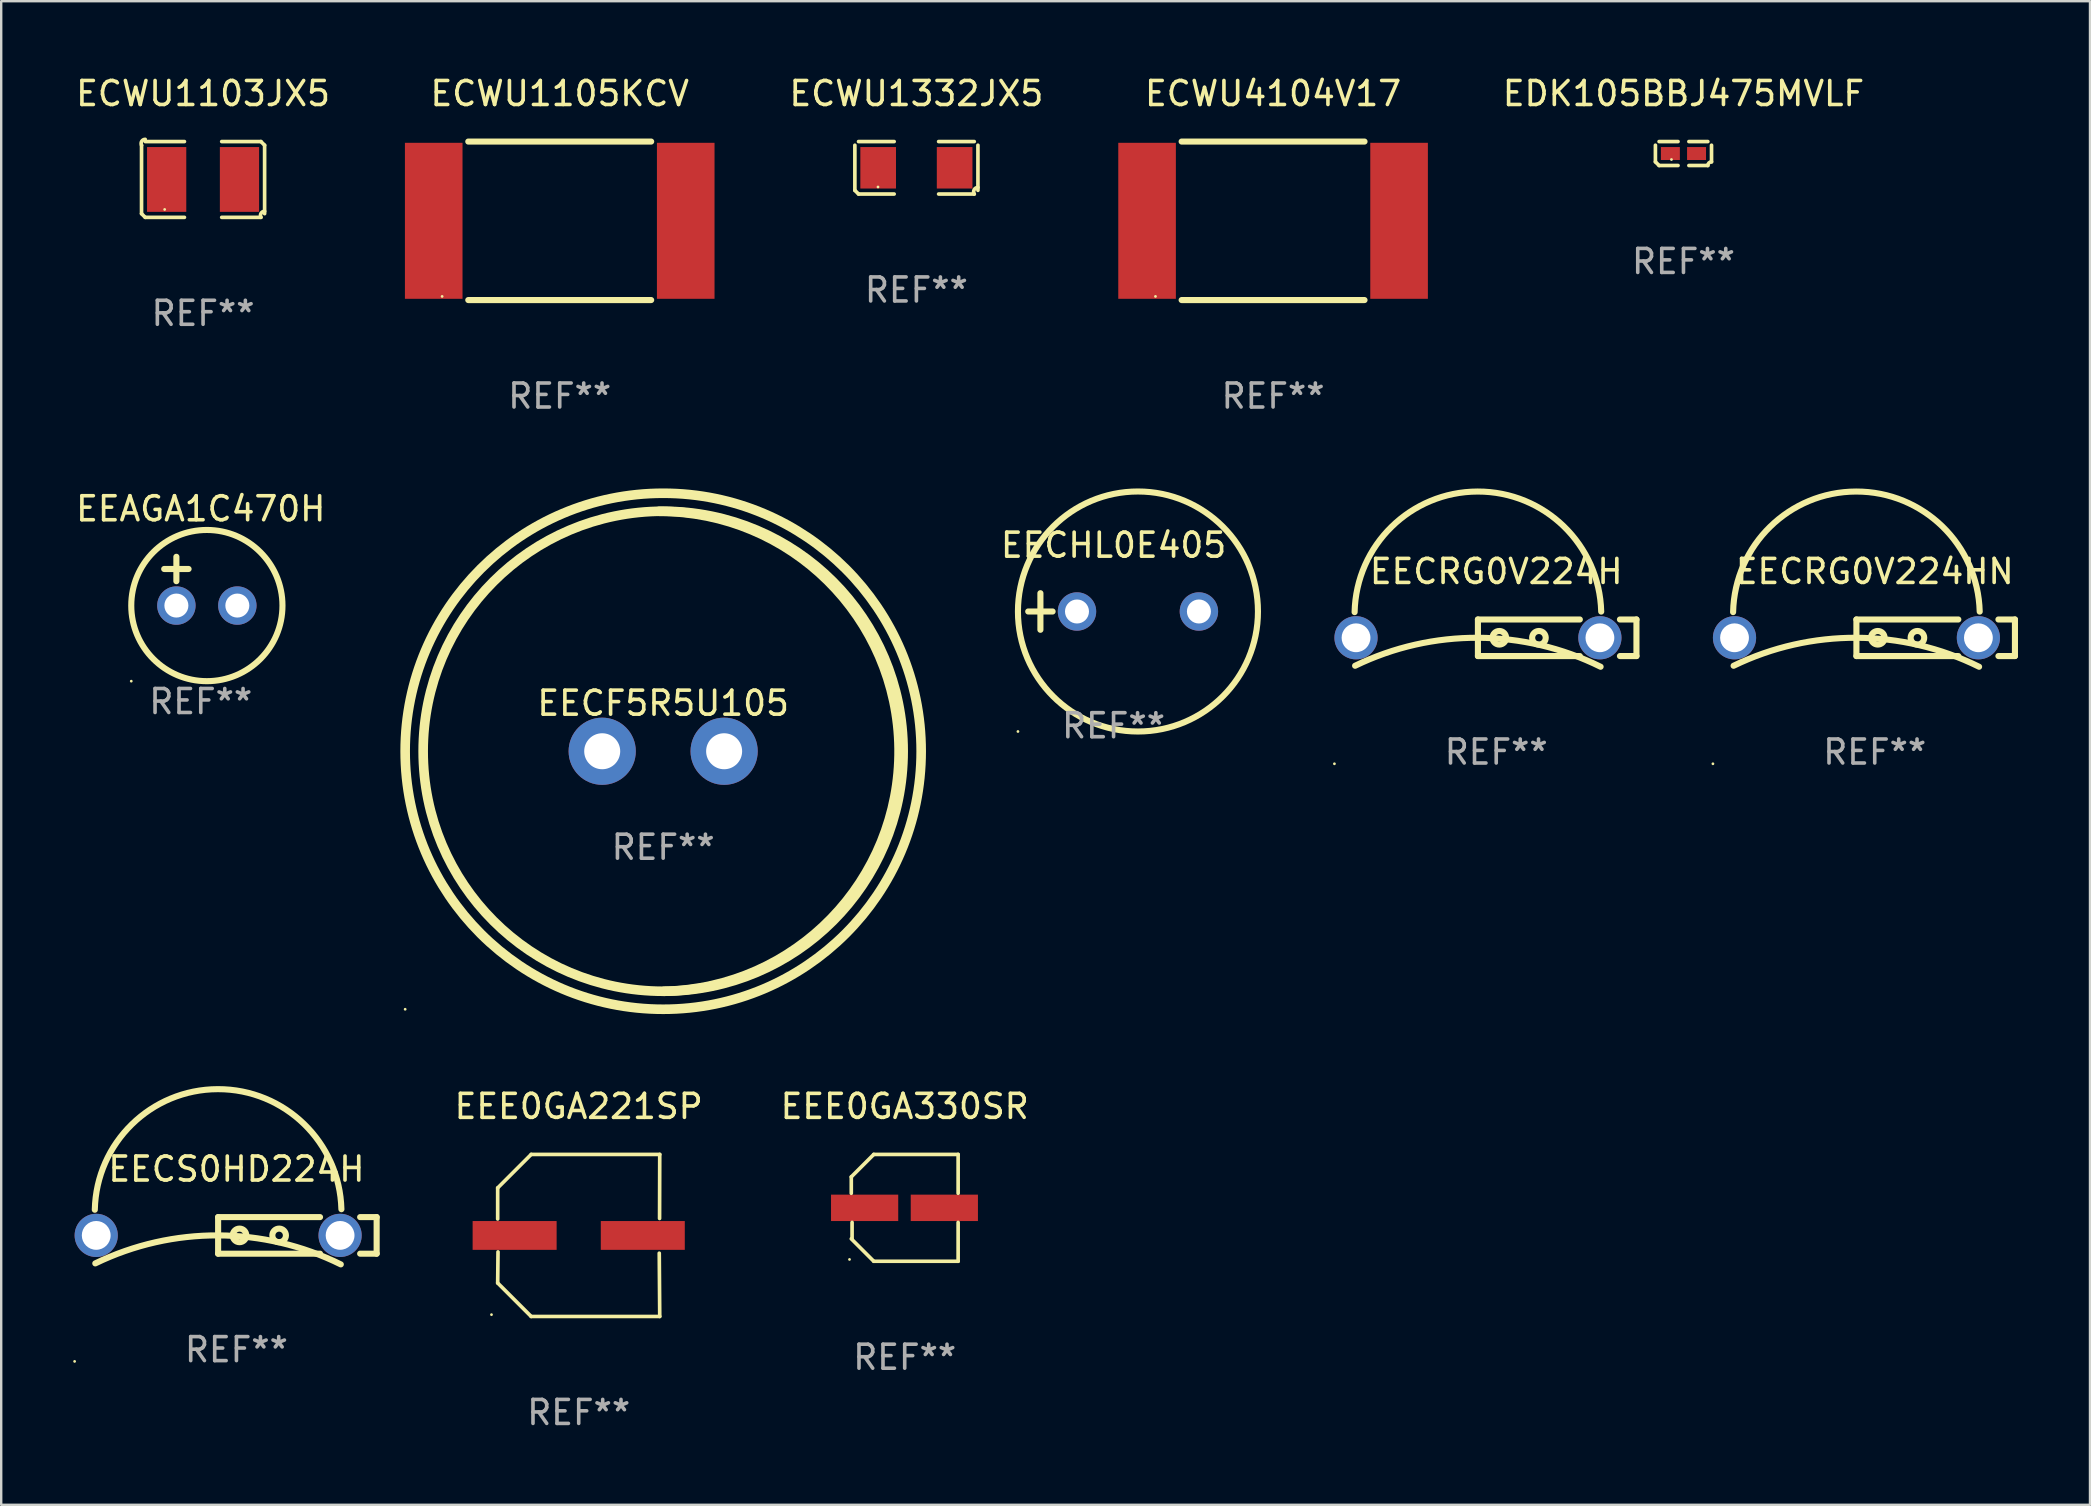
<source format=kicad_pcb>
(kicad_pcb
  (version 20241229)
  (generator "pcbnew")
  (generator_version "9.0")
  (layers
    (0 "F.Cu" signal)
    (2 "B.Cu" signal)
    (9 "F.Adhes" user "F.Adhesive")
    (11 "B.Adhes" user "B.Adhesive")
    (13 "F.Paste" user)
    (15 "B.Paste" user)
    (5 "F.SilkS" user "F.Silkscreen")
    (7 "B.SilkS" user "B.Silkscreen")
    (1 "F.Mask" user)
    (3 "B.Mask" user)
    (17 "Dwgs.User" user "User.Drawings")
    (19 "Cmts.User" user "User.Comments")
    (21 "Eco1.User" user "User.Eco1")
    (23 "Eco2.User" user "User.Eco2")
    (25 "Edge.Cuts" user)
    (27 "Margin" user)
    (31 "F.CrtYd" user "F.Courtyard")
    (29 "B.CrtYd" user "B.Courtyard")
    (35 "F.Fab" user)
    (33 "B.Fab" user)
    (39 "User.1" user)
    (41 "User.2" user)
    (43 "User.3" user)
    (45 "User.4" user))
  (footprint "EEE0GA221SP"
    (layer "F.Cu")
    (at 21.062 48.425)
    (property "Reference" "EEE0GA221SP" (at 0 -5.376 0) (layer "F.SilkS") (effects (font (size 1 1) (thickness 0.15))))
    (attr through_hole)
    (fp_line (start -3.376 -1.98) (end -3.376 -0.686) (stroke (width 0.152) (type solid)) (layer "F.SilkS"))
    (fp_line (start -3.376 1.981) (end -3.362 0.686) (stroke (width 0.152) (type solid)) (layer "F.SilkS"))
    (fp_line (start -1.981 3.376) (end -3.376 1.981) (stroke (width 0.152) (type solid)) (layer "F.SilkS"))
    (fp_line (start -1.98 -3.376) (end -3.376 -1.98) (stroke (width 0.152) (type solid)) (layer "F.SilkS"))
    (fp_line (start 3.356 0.74) (end 3.376 3.376) (stroke (width 0.152) (type solid)) (layer "F.SilkS"))
    (fp_line (start 3.369 -0.707) (end 3.376 -3.376) (stroke (width 0.152) (type solid)) (layer "F.SilkS"))
    (fp_line (start 3.376 3.376) (end -1.981 3.376) (stroke (width 0.152) (type solid)) (layer "F.SilkS"))
    (fp_line (start 3.376 -3.376) (end -1.98 -3.376) (stroke (width 0.152) (type solid)) (layer "F.SilkS"))
    (fp_circle (center -3.634 3.3) (end -3.604 3.3) (stroke (width 0.06) (type solid)) (fill no) (layer "F.SilkS"))
    (fp_text user "REF**" (at 0 7.376 0) (layer "F.Fab") (effects (font (size 1 1) (thickness 0.15))))
    (pad "1" smd rect (at -2.67 0.000254) (size 3.5 1.2) (layers "F.Cu" "F.Mask" "F.Paste"))
    (pad "2" smd rect (at 2.67 0.000254) (size 3.5 1.2) (layers "F.Cu" "F.Mask" "F.Paste")))
  (footprint "EDK105BBJ475MVLF"
    (layer "F.Cu")
    (at 67.092 3.347)
    (property "Reference" "EDK105BBJ475MVLF" (at 0 -2.499 0) (layer "F.SilkS") (effects (font (size 1 1) (thickness 0.15))))
    (attr through_hole)
    (fp_line (start -1.169 0.346) (end -1.169 -0.346) (stroke (width 0.152) (type solid)) (layer "F.SilkS"))
    (fp_line (start -1.016 -0.499) (end -0.226 -0.499) (stroke (width 0.152) (type solid)) (layer "F.SilkS"))
    (fp_line (start -0.226 0.499) (end -1.016 0.499) (stroke (width 0.152) (type solid)) (layer "F.SilkS"))
    (fp_line (start 0.226 0.499) (end 1.016 0.499) (stroke (width 0.152) (type solid)) (layer "F.SilkS"))
    (fp_line (start 1.016 -0.499) (end 0.226 -0.499) (stroke (width 0.152) (type solid)) (layer "F.SilkS"))
    (fp_line (start 1.169 0.346) (end 1.169 -0.346) (stroke (width 0.152) (type solid)) (layer "F.SilkS"))
    (fp_arc (start -1.016307 0.498603) (mid -1.092512 0.422405) (end -1.16871 0.3462) (stroke (width 0.1524) (type solid)) (layer "F.SilkS"))
    (fp_arc (start 1.016307 0.498603) (mid 1.060899 0.390758) (end 1.168707 0.346076) (stroke (width 0.1524) (type solid)) (layer "F.SilkS"))
    (fp_circle (center -0.5 0.25) (end -0.47 0.25) (stroke (width 0.06) (type solid)) (fill no) (layer "F.SilkS"))
    (fp_text user "REF**" (at 0 4.499 0) (layer "F.Fab") (effects (font (size 1 1) (thickness 0.15))))
    (pad "1" smd rect (at -0.545 0) (size 0.79 0.54) (layers "F.Cu" "F.Mask" "F.Paste"))
    (pad "2" smd rect (at 0.545 0) (size 0.79 0.54) (layers "F.Cu" "F.Mask" "F.Paste")))
  (footprint "ECWU1103JX5"
    (layer "F.Cu")
    (at 5.411 4.427)
    (property "Reference" "ECWU1103JX5" (at 0 -3.579 0) (layer "F.SilkS") (effects (font (size 1 1) (thickness 0.15))))
    (attr through_hole)
    (fp_line (start -2.564 1.426) (end -2.564 -1.426) (stroke (width 0.152) (type solid)) (layer "F.SilkS"))
    (fp_line (start -2.411 -1.579) (end -0.776 -1.579) (stroke (width 0.152) (type solid)) (layer "F.SilkS"))
    (fp_line (start -0.776 1.579) (end -2.411 1.579) (stroke (width 0.152) (type solid)) (layer "F.SilkS"))
    (fp_line (start 0.776 1.579) (end 2.411 1.579) (stroke (width 0.152) (type solid)) (layer "F.SilkS"))
    (fp_line (start 2.411 -1.579) (end 0.776 -1.579) (stroke (width 0.152) (type solid)) (layer "F.SilkS"))
    (fp_line (start 2.564 1.426) (end 2.564 -1.426) (stroke (width 0.152) (type solid)) (layer "F.SilkS"))
    (fp_arc (start -2.563602 -1.426213) (mid -2.555597 -1.591233) (end -2.411201 -1.671518) (stroke (width 0.1524) (type solid)) (layer "F.SilkS"))
    (fp_arc (start -2.5636 1.426214) (mid -2.487389 1.502402) (end -2.411201 1.578613) (stroke (width 0.1524) (type solid)) (layer "F.SilkS"))
    (fp_arc (start 2.411197 -1.578618) (mid 2.487403 -1.502419) (end 2.563602 -1.426213) (stroke (width 0.1524) (type solid)) (layer "F.SilkS"))
    (fp_arc (start 2.411201 1.578613) (mid 2.416214 1.409455) (end 2.563602 1.32629) (stroke (width 0.1524) (type solid)) (layer "F.SilkS"))
    (fp_circle (center -1.6 1.25) (end -1.57 1.25) (stroke (width 0.06) (type solid)) (fill no) (layer "F.SilkS"))
    (fp_text user "REF**" (at 0 5.579 0) (layer "F.Fab") (effects (font (size 1 1) (thickness 0.15))))
    (pad "1" smd rect (at -1.517 0) (size 1.635 2.7) (layers "F.Cu" "F.Mask" "F.Paste"))
    (pad "2" smd rect (at 1.517 0) (size 1.635 2.7) (layers "F.Cu" "F.Mask" "F.Paste")))
  (footprint "ECWU4104V17"
    (layer "F.Cu")
    (at 49.993 6.15)
    (property "Reference" "ECWU4104V17" (at 0 -5.302 0) (layer "F.SilkS") (effects (font (size 1 1) (thickness 0.15))))
    (attr through_hole)
    (fp_line (start -3.81 -3.302) (end 3.81 -3.302) (stroke (width 0.254) (type solid)) (layer "F.SilkS"))
    (fp_line (start 3.81 3.302) (end -3.81 3.302) (stroke (width 0.254) (type solid)) (layer "F.SilkS"))
    (fp_circle (center -4.9 3.15) (end -4.87 3.15) (stroke (width 0.06) (type solid)) (fill no) (layer "F.SilkS"))
    (fp_text user "REF**" (at 0 7.302 0) (layer "F.Fab") (effects (font (size 1 1) (thickness 0.15))))
    (pad "1" smd rect (at -5.25 0) (size 2.4 6.5) (layers "F.Cu" "F.Mask" "F.Paste"))
    (pad "2" smd rect (at 5.25 0) (size 2.4 6.5) (layers "F.Cu" "F.Mask" "F.Paste")))
  (footprint "EECRG0V224HN"
    (layer "F.Cu")
    (at 75.061 23.523)
    (property "Reference" "EECRG0V224HN" (at 0 -2.762 0) (layer "F.SilkS") (effects (font (size 1 1) (thickness 0.15))))
    (attr through_hole)
    (fp_line (start -0.763 -0.762) (end -0.763 0.762) (stroke (width 0.254) (type solid)) (layer "F.SilkS"))
    (fp_line (start -0.763 -0.762) (end 3.483 -0.762) (stroke (width 0.254) (type solid)) (layer "F.SilkS"))
    (fp_line (start 3.483 0.762) (end -0.763 0.762) (stroke (width 0.254) (type solid)) (layer "F.SilkS"))
    (fp_line (start 5.154 -0.762) (end 5.842 -0.762) (stroke (width 0.254) (type solid)) (layer "F.SilkS"))
    (fp_line (start 5.842 0.762) (end 5.154 0.762) (stroke (width 0.254) (type solid)) (layer "F.SilkS"))
    (fp_line (start 5.842 0.762) (end 5.842 -0.762) (stroke (width 0.254) (type solid)) (layer "F.SilkS"))
    (fp_arc (start -5.900914 -1.068961) (mid -0.774227 -6.095789) (end 4.373838 -1.090856) (stroke (width 0.254001) (type solid)) (layer "F.SilkS"))
    (fp_arc (start -5.88034 1.166015) (mid -0.761239 -0.000044) (end 4.348285 1.20729) (stroke (width 0.254001) (type solid)) (layer "F.SilkS"))
    (fp_circle (center -6.742 5.25) (end -6.712 5.25) (stroke (width 0.06) (type solid)) (fill no) (layer "F.SilkS"))
    (fp_circle (center 0.128 0) (end 0.411 0) (stroke (width 0.254) (type solid)) (fill no) (layer "F.SilkS"))
    (fp_circle (center 1.779 0) (end 2.062 0) (stroke (width 0.254) (type solid)) (fill no) (layer "F.SilkS"))
    (fp_text user "+" (at -1.638 0.069 0) (layer "B.Mask") (effects (font (size 1 1) (thickness 0.15))))
    (fp_text user "REF**" (at 0 4.762 0) (layer "F.Fab") (effects (font (size 1 1) (thickness 0.15))))
    (pad "1" thru_hole circle (at -5.842 0) (size 1.8 1.8) (drill 1.2) (layers "*.Cu" "*.Mask"))
    (pad "2" thru_hole circle (at 4.319 0) (size 1.8 1.8) (drill 1.2) (layers "*.Cu" "*.Mask")))
  (footprint "EEE0GA330SR"
    (layer "F.Cu")
    (at 34.645 47.275)
    (property "Reference" "EEE0GA330SR" (at 0 -4.226 0) (layer "F.SilkS") (effects (font (size 1 1) (thickness 0.15))))
    (attr through_hole)
    (fp_line (start -2.226 -1.29) (end -2.226 -0.607) (stroke (width 0.152) (type solid)) (layer "F.SilkS"))
    (fp_line (start -2.193 1.29) (end -2.193 0.607) (stroke (width 0.152) (type solid)) (layer "F.SilkS"))
    (fp_line (start -1.29 2.226) (end -2.226 1.29) (stroke (width 0.152) (type solid)) (layer "F.SilkS"))
    (fp_line (start -1.29 -2.226) (end -2.226 -1.29) (stroke (width 0.152) (type solid)) (layer "F.SilkS"))
    (fp_line (start 2.226 -2.226) (end -1.29 -2.226) (stroke (width 0.152) (type solid)) (layer "F.SilkS"))
    (fp_line (start 2.226 -0.607) (end 2.226 -2.226) (stroke (width 0.152) (type solid)) (layer "F.SilkS"))
    (fp_line (start 2.226 0.607) (end 2.226 2.226) (stroke (width 0.152) (type solid)) (layer "F.SilkS"))
    (fp_line (start 2.226 2.226) (end -1.29 2.226) (stroke (width 0.152) (type solid)) (layer "F.SilkS"))
    (fp_circle (center -2.3 2.15) (end -2.27 2.15) (stroke (width 0.06) (type solid)) (fill no) (layer "F.SilkS"))
    (fp_text user "REF**" (at 0 6.226 0) (layer "F.Fab") (effects (font (size 1 1) (thickness 0.15))))
    (pad "1" smd rect (at -1.67 -0.000025) (size 2.8 1.1) (layers "F.Cu" "F.Mask" "F.Paste"))
    (pad "2" smd rect (at 1.651 -0.000025) (size 2.8 1.1) (layers "F.Cu" "F.Mask" "F.Paste")))
  (footprint "ECWU1105KCV"
    (layer "F.Cu")
    (at 20.271 6.15)
    (property "Reference" "ECWU1105KCV" (at 0 -5.302 0) (layer "F.SilkS") (effects (font (size 1 1) (thickness 0.15))))
    (attr through_hole)
    (fp_line (start -3.81 -3.302) (end 3.81 -3.302) (stroke (width 0.254) (type solid)) (layer "F.SilkS"))
    (fp_line (start 3.81 3.302) (end -3.81 3.302) (stroke (width 0.254) (type solid)) (layer "F.SilkS"))
    (fp_circle (center -4.9 3.15) (end -4.87 3.15) (stroke (width 0.06) (type solid)) (fill no) (layer "F.SilkS"))
    (fp_text user "REF**" (at 0 7.302 0) (layer "F.Fab") (effects (font (size 1 1) (thickness 0.15))))
    (pad "1" smd rect (at -5.25 0) (size 2.4 6.5) (layers "F.Cu" "F.Mask" "F.Paste"))
    (pad "2" smd rect (at 5.25 0) (size 2.4 6.5) (layers "F.Cu" "F.Mask" "F.Paste")))
  (footprint "ECWU1332JX5"
    (layer "F.Cu")
    (at 35.132 3.941)
    (property "Reference" "ECWU1332JX5" (at 0 -3.093 0) (layer "F.SilkS") (effects (font (size 1 1) (thickness 0.15))))
    (attr through_hole)
    (fp_line (start -2.564 0.94) (end -2.564 -0.94) (stroke (width 0.152) (type solid)) (layer "F.SilkS"))
    (fp_line (start -2.411 -1.093) (end -0.926 -1.093) (stroke (width 0.152) (type solid)) (layer "F.SilkS"))
    (fp_line (start -0.926 1.093) (end -2.411 1.093) (stroke (width 0.152) (type solid)) (layer "F.SilkS"))
    (fp_line (start 0.926 1.093) (end 2.411 1.093) (stroke (width 0.152) (type solid)) (layer "F.SilkS"))
    (fp_line (start 2.411 -1.093) (end 0.926 -1.093) (stroke (width 0.152) (type solid)) (layer "F.SilkS"))
    (fp_line (start 2.564 0.94) (end 2.564 -0.94) (stroke (width 0.152) (type solid)) (layer "F.SilkS"))
    (fp_arc (start -2.411201 1.092609) (mid -2.487413 1.01642) (end -2.563602 0.940208) (stroke (width 0.1524) (type solid)) (layer "F.SilkS"))
    (fp_arc (start 2.411201 1.092609) (mid 2.407159 0.911226) (end 2.563602 0.819347) (stroke (width 0.1524) (type solid)) (layer "F.SilkS"))
    (fp_circle (center -1.6 0.8) (end -1.57 0.8) (stroke (width 0.06) (type solid)) (fill no) (layer "F.SilkS"))
    (fp_text user "REF**" (at 0 5.093 0) (layer "F.Fab") (effects (font (size 1 1) (thickness 0.15))))
    (pad "1" smd rect (at -1.593 0) (size 1.485 1.728) (layers "F.Cu" "F.Mask" "F.Paste"))
    (pad "2" smd rect (at 1.593 0) (size 1.485 1.728) (layers "F.Cu" "F.Mask" "F.Paste")))
  (footprint "EECHL0E405"
    (layer "F.Cu")
    (at 43.347 22.428)
    (property "Reference" "EECHL0E405" (at 0 -2.762 0) (layer "F.SilkS") (effects (font (size 1 1) (thickness 0.15))))
    (attr through_hole)
    (fp_line (start -3.556 0) (end -2.54 0) (stroke (width 0.254) (type solid)) (layer "F.SilkS"))
    (fp_line (start -3.048 -0.762) (end -3.048 0.762) (stroke (width 0.254) (type solid)) (layer "F.SilkS"))
    (fp_circle (center -3.984 5) (end -3.954 5) (stroke (width 0.06) (type solid)) (fill no) (layer "F.SilkS"))
    (fp_circle (center 1.016 0) (end 6.016 0) (stroke (width 0.254) (type solid)) (fill no) (layer "F.SilkS"))
    (fp_text user "REF**" (at 0 4.762 0) (layer "F.Fab") (effects (font (size 1 1) (thickness 0.15))))
    (pad "1" thru_hole circle (at -1.524 0) (size 1.6 1.6) (drill 1) (layers "*.Cu" "*.Mask"))
    (pad "2" thru_hole circle (at 3.556 0) (size 1.6 1.6) (drill 1) (layers "*.Cu" "*.Mask")))
  (footprint "EECS0HD224H"
    (layer "F.Cu")
    (at 6.801 48.423)
    (property "Reference" "EECS0HD224H" (at 0 -2.762 0) (layer "F.SilkS") (effects (font (size 1 1) (thickness 0.15))))
    (attr through_hole)
    (fp_line (start -0.763 -0.762) (end -0.763 0.762) (stroke (width 0.254) (type solid)) (layer "F.SilkS"))
    (fp_line (start -0.763 -0.762) (end 3.483 -0.762) (stroke (width 0.254) (type solid)) (layer "F.SilkS"))
    (fp_line (start 3.483 0.762) (end -0.763 0.762) (stroke (width 0.254) (type solid)) (layer "F.SilkS"))
    (fp_line (start 5.154 -0.762) (end 5.842 -0.762) (stroke (width 0.254) (type solid)) (layer "F.SilkS"))
    (fp_line (start 5.842 0.762) (end 5.154 0.762) (stroke (width 0.254) (type solid)) (layer "F.SilkS"))
    (fp_line (start 5.842 0.762) (end 5.842 -0.762) (stroke (width 0.254) (type solid)) (layer "F.SilkS"))
    (fp_arc (start -5.900914 -1.068961) (mid -0.774227 -6.095789) (end 4.373838 -1.090856) (stroke (width 0.254001) (type solid)) (layer "F.SilkS"))
    (fp_arc (start -5.88034 1.166015) (mid -0.761239 -0.000044) (end 4.348285 1.20729) (stroke (width 0.254001) (type solid)) (layer "F.SilkS"))
    (fp_circle (center -6.742 5.25) (end -6.712 5.25) (stroke (width 0.06) (type solid)) (fill no) (layer "F.SilkS"))
    (fp_circle (center 0.128 0) (end 0.411 0) (stroke (width 0.254) (type solid)) (fill no) (layer "F.SilkS"))
    (fp_circle (center 1.779 0) (end 2.062 0) (stroke (width 0.254) (type solid)) (fill no) (layer "F.SilkS"))
    (fp_text user "+" (at -1.638 0.069 0) (layer "B.Mask") (effects (font (size 1 1) (thickness 0.15))))
    (fp_text user "REF**" (at 0 4.762 0) (layer "F.Fab") (effects (font (size 1 1) (thickness 0.15))))
    (pad "1" thru_hole circle (at -5.842 0) (size 1.8 1.8) (drill 1.2) (layers "*.Cu" "*.Mask"))
    (pad "2" thru_hole circle (at 4.319 0) (size 1.8 1.8) (drill 1.2) (layers "*.Cu" "*.Mask")))
  (footprint "EECRG0V224H"
    (layer "F.Cu")
    (at 59.291 23.523)
    (property "Reference" "EECRG0V224H" (at 0 -2.762 0) (layer "F.SilkS") (effects (font (size 1 1) (thickness 0.15))))
    (attr through_hole)
    (fp_line (start -0.763 -0.762) (end -0.763 0.762) (stroke (width 0.254) (type solid)) (layer "F.SilkS"))
    (fp_line (start -0.763 -0.762) (end 3.483 -0.762) (stroke (width 0.254) (type solid)) (layer "F.SilkS"))
    (fp_line (start 3.483 0.762) (end -0.763 0.762) (stroke (width 0.254) (type solid)) (layer "F.SilkS"))
    (fp_line (start 5.154 -0.762) (end 5.842 -0.762) (stroke (width 0.254) (type solid)) (layer "F.SilkS"))
    (fp_line (start 5.842 0.762) (end 5.154 0.762) (stroke (width 0.254) (type solid)) (layer "F.SilkS"))
    (fp_line (start 5.842 0.762) (end 5.842 -0.762) (stroke (width 0.254) (type solid)) (layer "F.SilkS"))
    (fp_arc (start -5.900914 -1.068961) (mid -0.774227 -6.095789) (end 4.373838 -1.090856) (stroke (width 0.254001) (type solid)) (layer "F.SilkS"))
    (fp_arc (start -5.88034 1.166015) (mid -0.761239 -0.000044) (end 4.348285 1.20729) (stroke (width 0.254001) (type solid)) (layer "F.SilkS"))
    (fp_circle (center -6.742 5.25) (end -6.712 5.25) (stroke (width 0.06) (type solid)) (fill no) (layer "F.SilkS"))
    (fp_circle (center 0.128 0) (end 0.411 0) (stroke (width 0.254) (type solid)) (fill no) (layer "F.SilkS"))
    (fp_circle (center 1.779 0) (end 2.062 0) (stroke (width 0.254) (type solid)) (fill no) (layer "F.SilkS"))
    (fp_text user "+" (at -1.638 0.069 0) (layer "B.Mask") (effects (font (size 1 1) (thickness 0.15))))
    (fp_text user "REF**" (at 0 4.762 0) (layer "F.Fab") (effects (font (size 1 1) (thickness 0.15))))
    (pad "1" thru_hole circle (at -5.842 0) (size 1.8 1.8) (drill 1.2) (layers "*.Cu" "*.Mask"))
    (pad "2" thru_hole circle (at 4.319 0) (size 1.8 1.8) (drill 1.2) (layers "*.Cu" "*.Mask")))
  (footprint "EEAGA1C470H"
    (layer "F.Cu")
    (at 5.315 21.165)
    (property "Reference" "EEAGA1C470H" (at 0 -3.016 0) (layer "F.SilkS") (effects (font (size 1 1) (thickness 0.15))))
    (attr through_hole)
    (fp_line (start -1.524 -0.508) (end -0.508 -0.508) (stroke (width 0.254) (type solid)) (layer "F.SilkS"))
    (fp_line (start -1.016 -1.016) (end -1.016 0) (stroke (width 0.254) (type solid)) (layer "F.SilkS"))
    (fp_circle (center -2.896 4.166) (end -2.866 4.166) (stroke (width 0.06) (type solid)) (fill no) (layer "F.SilkS"))
    (fp_circle (center 0.254 1.016) (end 3.404 1.016) (stroke (width 0.254) (type solid)) (fill no) (layer "F.SilkS"))
    (fp_text user "REF**" (at 0 5.016 0) (layer "F.Fab") (effects (font (size 1 1) (thickness 0.15))))
    (pad "1" thru_hole circle (at -1.016 1.016) (size 1.6 1.6) (drill 1) (layers "*.Cu" "*.Mask"))
    (pad "2" thru_hole circle (at 1.524 1.016) (size 1.6 1.6) (drill 1) (layers "*.Cu" "*.Mask")))
  (footprint "EECF5R5U105"
    (layer "F.Cu")
    (at 24.581 28.251)
    (property "Reference" "EECF5R5U105" (at 0 -2 0) (layer "F.SilkS") (effects (font (size 1 1) (thickness 0.15))))
    (attr through_hole)
    (fp_arc (start -0.16792 -9.997307) (mid 9.831339 -0.098201) (end 0.034442 10.001219) (stroke (width 0.4) (type solid)) (layer "F.SilkS"))
    (fp_circle (center -10.75 10.75) (end -10.72 10.75) (stroke (width 0.06) (type solid)) (fill no) (layer "F.SilkS"))
    (fp_circle (center 0 0) (end 10 0) (stroke (width 0.4) (type solid)) (fill no) (layer "F.SilkS"))
    (fp_circle (center 0 0) (end 10.75 0) (stroke (width 0.4) (type solid)) (fill no) (layer "F.SilkS"))
    (fp_text user "+" (at -8.516 0.025 0) (layer "B.Mask") (effects (font (size 1 1) (thickness 0.15))))
    (fp_text user "REF**" (at 0 4 0) (layer "F.Fab") (effects (font (size 1 1) (thickness 0.15))))
    (pad "1" thru_hole circle (at -2.54 0) (size 2.8 2.8) (drill 1.5) (layers "*.Cu" "*.Mask"))
    (pad "2" thru_hole circle (at 2.54 0) (size 2.8 2.8) (drill 1.5) (layers "*.Cu" "*.Mask")))
  (gr_rect
    (start -3 -3)
    (end 84.03 59.649)
    (stroke (width 0.1) (type default))
    (fill no)
    (layer "Edge.Cuts")))
</source>
